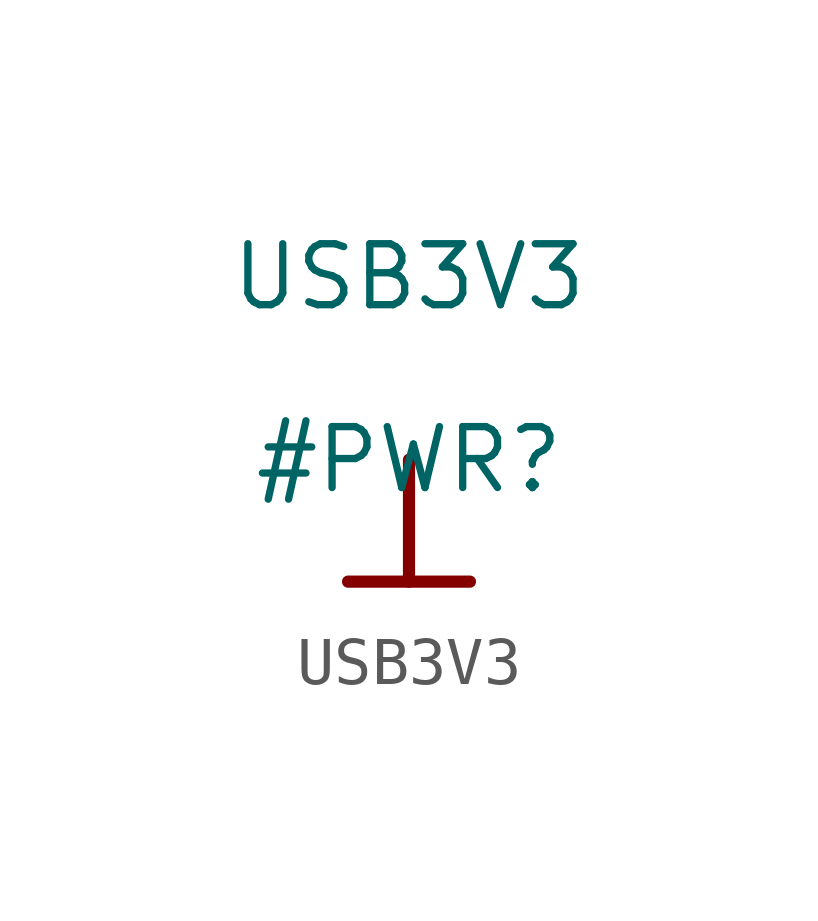
<source format=kicad_sym>
(kicad_symbol_lib
  (version 20211014)
  (generator kicad_symbol_editor)
  (symbol "USB3V3"
    (power)
    (property "Reference" "#PWR"
      (at 0 0 0)
      (effects (font (size 1.27 1.27))))
    (property "Value" "USB3V3"
      (at 0 3.81 0)
      (effects (font (size 1.27 1.27))))
    (symbol "USB3V3_0_0"
      (polyline (pts (xy -1.27 -2.54) (xy 1.27 -2.54)) (stroke (width 0.254) (type default) (color 0 0 0 0)) (fill (type none)))
      (polyline (pts (xy 0 0) (xy 0 -2.54)) (stroke (width 0.254) (type default) (color 0 0 0 0)) (fill (type none)))
      (pin power_in line (at 0 0 0) (length 0) hide (name "USB3V3" (effects (font (size 1.27 1.27)))) (number "" (effects (font (size 1.27 1.27))))))))
</source>
